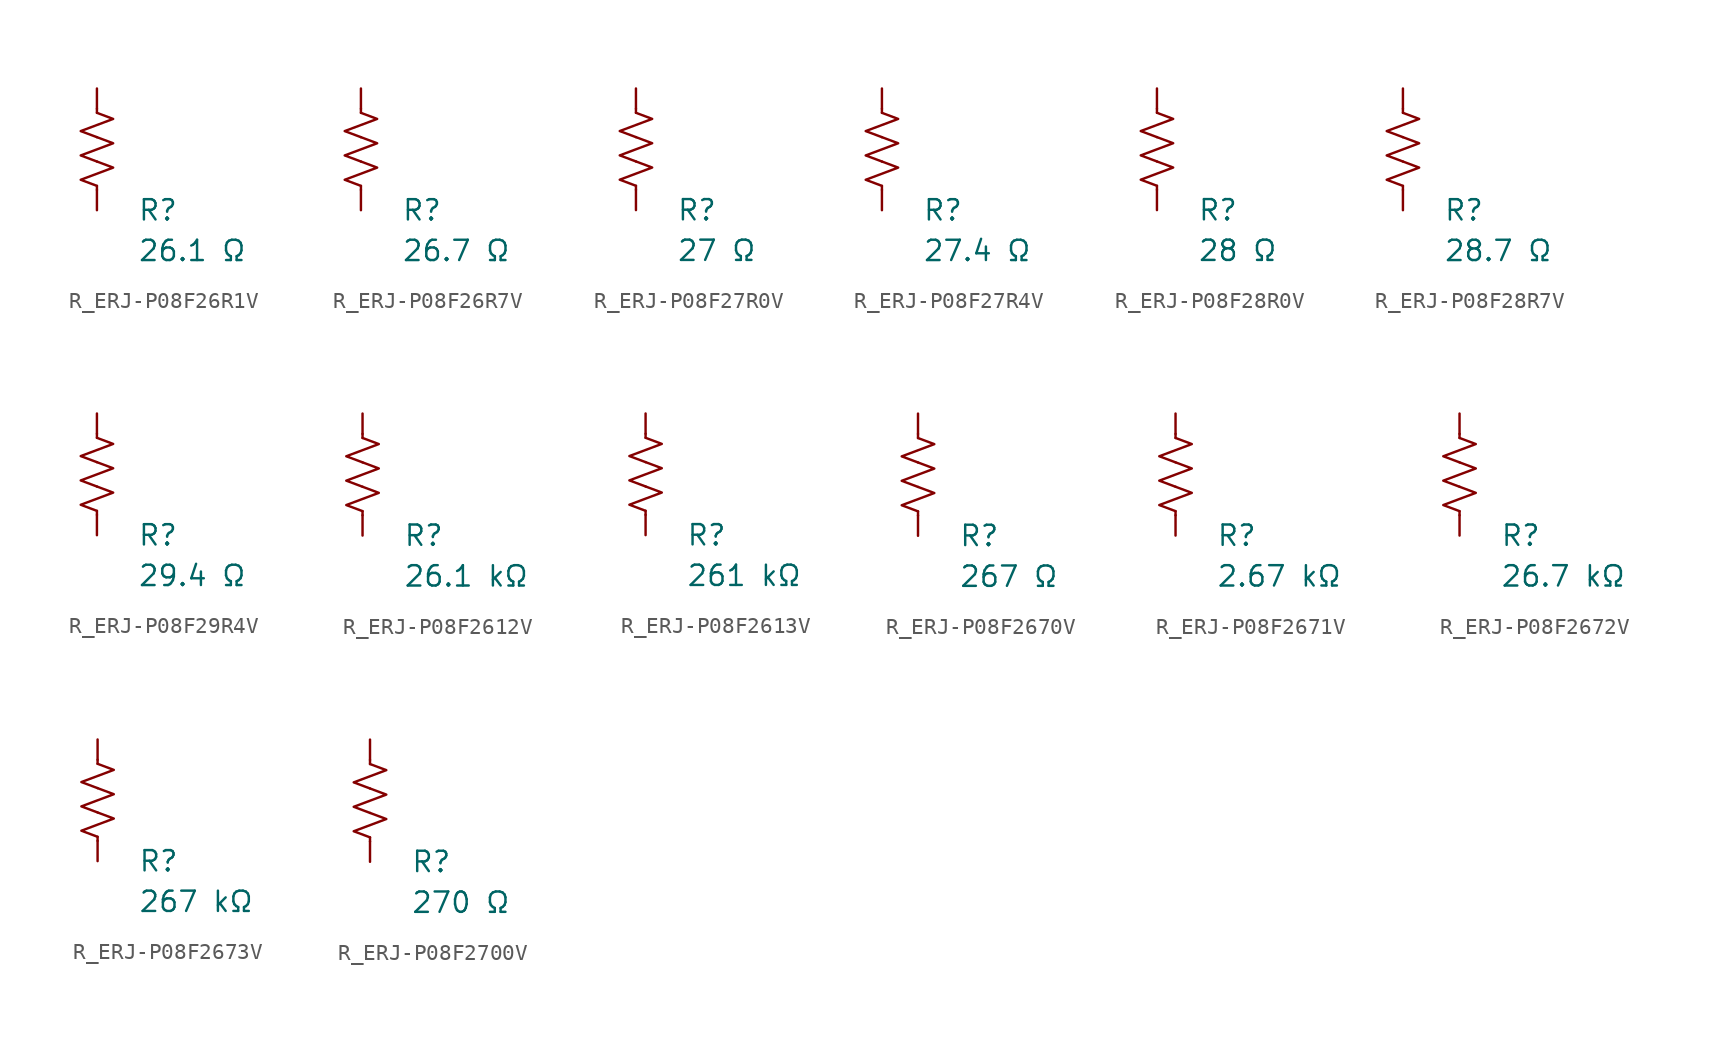
<source format=kicad_sym>
(kicad_symbol_lib
  (version 20231120)
  (generator "kicad_symbol_editor")
  (generator_version "8.0")
  (symbol "R_ERJ-P08F26R1V"
    (pin_numbers hide)
    (pin_names
      (offset 0))
    (property "Reference" "R"
      (at 2.54 -3.81 0)
      (effects (font (size 1.27 1.27)) (justify left))
      (show_name no))
    (property "Value" "26.1 Ω"
      (at 2.54 -6.35 0)
      (effects (font (size 1.27 1.27)) (justify left))
      (show_name no))
    (symbol "R_ERJ-P08F26R1V_0_1"
      (polyline (pts (xy 0 -2.286) (xy 0 -2.54)) (stroke (width 0) (type default)) (fill (type none)))
      (polyline (pts (xy 0 2.286) (xy 0 2.54)) (stroke (width 0) (type default)) (fill (type none)))
      (polyline (pts (xy 0 -0.762) (xy 1.016 -1.143) (xy 0 -1.524) (xy -1.016 -1.905) (xy 0 -2.286)) (stroke (width 0) (type default)) (fill (type none)))
      (polyline (pts (xy 0 0.762) (xy 1.016 0.381) (xy 0 0) (xy -1.016 -0.381) (xy 0 -0.762)) (stroke (width 0) (type default)) (fill (type none)))
      (polyline (pts (xy 0 2.286) (xy 1.016 1.905) (xy 0 1.524) (xy -1.016 1.143) (xy 0 0.762)) (stroke (width 0) (type default)) (fill (type none))))
    (symbol "R_ERJ-P08F26R1V_1_1"
      (pin passive line (at 0 3.81 270) (length 1.27) (name "~" (effects (font (size 1.27 1.27)))) (number "1" (effects (font (size 1.27 1.27)))))
      (pin passive line (at 0 -3.81 90) (length 1.27) (name "~" (effects (font (size 1.27 1.27)))) (number "2" (effects (font (size 1.27 1.27)))))))
  (symbol "R_ERJ-P08F26R7V"
    (pin_numbers hide)
    (pin_names
      (offset 0))
    (property "Reference" "R"
      (at 2.54 -3.81 0)
      (effects (font (size 1.27 1.27)) (justify left))
      (show_name no))
    (property "Value" "26.7 Ω"
      (at 2.54 -6.35 0)
      (effects (font (size 1.27 1.27)) (justify left))
      (show_name no))
    (symbol "R_ERJ-P08F26R7V_0_1"
      (polyline (pts (xy 0 -2.286) (xy 0 -2.54)) (stroke (width 0) (type default)) (fill (type none)))
      (polyline (pts (xy 0 2.286) (xy 0 2.54)) (stroke (width 0) (type default)) (fill (type none)))
      (polyline (pts (xy 0 -0.762) (xy 1.016 -1.143) (xy 0 -1.524) (xy -1.016 -1.905) (xy 0 -2.286)) (stroke (width 0) (type default)) (fill (type none)))
      (polyline (pts (xy 0 0.762) (xy 1.016 0.381) (xy 0 0) (xy -1.016 -0.381) (xy 0 -0.762)) (stroke (width 0) (type default)) (fill (type none)))
      (polyline (pts (xy 0 2.286) (xy 1.016 1.905) (xy 0 1.524) (xy -1.016 1.143) (xy 0 0.762)) (stroke (width 0) (type default)) (fill (type none))))
    (symbol "R_ERJ-P08F26R7V_1_1"
      (pin passive line (at 0 3.81 270) (length 1.27) (name "~" (effects (font (size 1.27 1.27)))) (number "1" (effects (font (size 1.27 1.27)))))
      (pin passive line (at 0 -3.81 90) (length 1.27) (name "~" (effects (font (size 1.27 1.27)))) (number "2" (effects (font (size 1.27 1.27)))))))
  (symbol "R_ERJ-P08F27R0V"
    (pin_numbers hide)
    (pin_names
      (offset 0))
    (property "Reference" "R"
      (at 2.54 -3.81 0)
      (effects (font (size 1.27 1.27)) (justify left))
      (show_name no))
    (property "Value" "27 Ω"
      (at 2.54 -6.35 0)
      (effects (font (size 1.27 1.27)) (justify left))
      (show_name no))
    (symbol "R_ERJ-P08F27R0V_0_1"
      (polyline (pts (xy 0 -2.286) (xy 0 -2.54)) (stroke (width 0) (type default)) (fill (type none)))
      (polyline (pts (xy 0 2.286) (xy 0 2.54)) (stroke (width 0) (type default)) (fill (type none)))
      (polyline (pts (xy 0 -0.762) (xy 1.016 -1.143) (xy 0 -1.524) (xy -1.016 -1.905) (xy 0 -2.286)) (stroke (width 0) (type default)) (fill (type none)))
      (polyline (pts (xy 0 0.762) (xy 1.016 0.381) (xy 0 0) (xy -1.016 -0.381) (xy 0 -0.762)) (stroke (width 0) (type default)) (fill (type none)))
      (polyline (pts (xy 0 2.286) (xy 1.016 1.905) (xy 0 1.524) (xy -1.016 1.143) (xy 0 0.762)) (stroke (width 0) (type default)) (fill (type none))))
    (symbol "R_ERJ-P08F27R0V_1_1"
      (pin passive line (at 0 3.81 270) (length 1.27) (name "~" (effects (font (size 1.27 1.27)))) (number "1" (effects (font (size 1.27 1.27)))))
      (pin passive line (at 0 -3.81 90) (length 1.27) (name "~" (effects (font (size 1.27 1.27)))) (number "2" (effects (font (size 1.27 1.27)))))))
  (symbol "R_ERJ-P08F27R4V"
    (pin_numbers hide)
    (pin_names
      (offset 0))
    (property "Reference" "R"
      (at 2.54 -3.81 0)
      (effects (font (size 1.27 1.27)) (justify left))
      (show_name no))
    (property "Value" "27.4 Ω"
      (at 2.54 -6.35 0)
      (effects (font (size 1.27 1.27)) (justify left))
      (show_name no))
    (symbol "R_ERJ-P08F27R4V_0_1"
      (polyline (pts (xy 0 -2.286) (xy 0 -2.54)) (stroke (width 0) (type default)) (fill (type none)))
      (polyline (pts (xy 0 2.286) (xy 0 2.54)) (stroke (width 0) (type default)) (fill (type none)))
      (polyline (pts (xy 0 -0.762) (xy 1.016 -1.143) (xy 0 -1.524) (xy -1.016 -1.905) (xy 0 -2.286)) (stroke (width 0) (type default)) (fill (type none)))
      (polyline (pts (xy 0 0.762) (xy 1.016 0.381) (xy 0 0) (xy -1.016 -0.381) (xy 0 -0.762)) (stroke (width 0) (type default)) (fill (type none)))
      (polyline (pts (xy 0 2.286) (xy 1.016 1.905) (xy 0 1.524) (xy -1.016 1.143) (xy 0 0.762)) (stroke (width 0) (type default)) (fill (type none))))
    (symbol "R_ERJ-P08F27R4V_1_1"
      (pin passive line (at 0 3.81 270) (length 1.27) (name "~" (effects (font (size 1.27 1.27)))) (number "1" (effects (font (size 1.27 1.27)))))
      (pin passive line (at 0 -3.81 90) (length 1.27) (name "~" (effects (font (size 1.27 1.27)))) (number "2" (effects (font (size 1.27 1.27)))))))
  (symbol "R_ERJ-P08F28R0V"
    (pin_numbers hide)
    (pin_names
      (offset 0))
    (property "Reference" "R"
      (at 2.54 -3.81 0)
      (effects (font (size 1.27 1.27)) (justify left))
      (show_name no))
    (property "Value" "28 Ω"
      (at 2.54 -6.35 0)
      (effects (font (size 1.27 1.27)) (justify left))
      (show_name no))
    (symbol "R_ERJ-P08F28R0V_0_1"
      (polyline (pts (xy 0 -2.286) (xy 0 -2.54)) (stroke (width 0) (type default)) (fill (type none)))
      (polyline (pts (xy 0 2.286) (xy 0 2.54)) (stroke (width 0) (type default)) (fill (type none)))
      (polyline (pts (xy 0 -0.762) (xy 1.016 -1.143) (xy 0 -1.524) (xy -1.016 -1.905) (xy 0 -2.286)) (stroke (width 0) (type default)) (fill (type none)))
      (polyline (pts (xy 0 0.762) (xy 1.016 0.381) (xy 0 0) (xy -1.016 -0.381) (xy 0 -0.762)) (stroke (width 0) (type default)) (fill (type none)))
      (polyline (pts (xy 0 2.286) (xy 1.016 1.905) (xy 0 1.524) (xy -1.016 1.143) (xy 0 0.762)) (stroke (width 0) (type default)) (fill (type none))))
    (symbol "R_ERJ-P08F28R0V_1_1"
      (pin passive line (at 0 3.81 270) (length 1.27) (name "~" (effects (font (size 1.27 1.27)))) (number "1" (effects (font (size 1.27 1.27)))))
      (pin passive line (at 0 -3.81 90) (length 1.27) (name "~" (effects (font (size 1.27 1.27)))) (number "2" (effects (font (size 1.27 1.27)))))))
  (symbol "R_ERJ-P08F28R7V"
    (pin_numbers hide)
    (pin_names
      (offset 0))
    (property "Reference" "R"
      (at 2.54 -3.81 0)
      (effects (font (size 1.27 1.27)) (justify left))
      (show_name no))
    (property "Value" "28.7 Ω"
      (at 2.54 -6.35 0)
      (effects (font (size 1.27 1.27)) (justify left))
      (show_name no))
    (symbol "R_ERJ-P08F28R7V_0_1"
      (polyline (pts (xy 0 -2.286) (xy 0 -2.54)) (stroke (width 0) (type default)) (fill (type none)))
      (polyline (pts (xy 0 2.286) (xy 0 2.54)) (stroke (width 0) (type default)) (fill (type none)))
      (polyline (pts (xy 0 -0.762) (xy 1.016 -1.143) (xy 0 -1.524) (xy -1.016 -1.905) (xy 0 -2.286)) (stroke (width 0) (type default)) (fill (type none)))
      (polyline (pts (xy 0 0.762) (xy 1.016 0.381) (xy 0 0) (xy -1.016 -0.381) (xy 0 -0.762)) (stroke (width 0) (type default)) (fill (type none)))
      (polyline (pts (xy 0 2.286) (xy 1.016 1.905) (xy 0 1.524) (xy -1.016 1.143) (xy 0 0.762)) (stroke (width 0) (type default)) (fill (type none))))
    (symbol "R_ERJ-P08F28R7V_1_1"
      (pin passive line (at 0 3.81 270) (length 1.27) (name "~" (effects (font (size 1.27 1.27)))) (number "1" (effects (font (size 1.27 1.27)))))
      (pin passive line (at 0 -3.81 90) (length 1.27) (name "~" (effects (font (size 1.27 1.27)))) (number "2" (effects (font (size 1.27 1.27)))))))
  (symbol "R_ERJ-P08F29R4V"
    (pin_numbers hide)
    (pin_names
      (offset 0))
    (property "Reference" "R"
      (at 2.54 -3.81 0)
      (effects (font (size 1.27 1.27)) (justify left))
      (show_name no))
    (property "Value" "29.4 Ω"
      (at 2.54 -6.35 0)
      (effects (font (size 1.27 1.27)) (justify left))
      (show_name no))
    (symbol "R_ERJ-P08F29R4V_0_1"
      (polyline (pts (xy 0 -2.286) (xy 0 -2.54)) (stroke (width 0) (type default)) (fill (type none)))
      (polyline (pts (xy 0 2.286) (xy 0 2.54)) (stroke (width 0) (type default)) (fill (type none)))
      (polyline (pts (xy 0 -0.762) (xy 1.016 -1.143) (xy 0 -1.524) (xy -1.016 -1.905) (xy 0 -2.286)) (stroke (width 0) (type default)) (fill (type none)))
      (polyline (pts (xy 0 0.762) (xy 1.016 0.381) (xy 0 0) (xy -1.016 -0.381) (xy 0 -0.762)) (stroke (width 0) (type default)) (fill (type none)))
      (polyline (pts (xy 0 2.286) (xy 1.016 1.905) (xy 0 1.524) (xy -1.016 1.143) (xy 0 0.762)) (stroke (width 0) (type default)) (fill (type none))))
    (symbol "R_ERJ-P08F29R4V_1_1"
      (pin passive line (at 0 3.81 270) (length 1.27) (name "~" (effects (font (size 1.27 1.27)))) (number "1" (effects (font (size 1.27 1.27)))))
      (pin passive line (at 0 -3.81 90) (length 1.27) (name "~" (effects (font (size 1.27 1.27)))) (number "2" (effects (font (size 1.27 1.27)))))))
  (symbol "R_ERJ-P08F2612V"
    (pin_numbers hide)
    (pin_names
      (offset 0))
    (property "Reference" "R"
      (at 2.54 -3.81 0)
      (effects (font (size 1.27 1.27)) (justify left))
      (show_name no))
    (property "Value" "26.1 kΩ"
      (at 2.54 -6.35 0)
      (effects (font (size 1.27 1.27)) (justify left))
      (show_name no))
    (symbol "R_ERJ-P08F2612V_0_1"
      (polyline (pts (xy 0 -2.286) (xy 0 -2.54)) (stroke (width 0) (type default)) (fill (type none)))
      (polyline (pts (xy 0 2.286) (xy 0 2.54)) (stroke (width 0) (type default)) (fill (type none)))
      (polyline (pts (xy 0 -0.762) (xy 1.016 -1.143) (xy 0 -1.524) (xy -1.016 -1.905) (xy 0 -2.286)) (stroke (width 0) (type default)) (fill (type none)))
      (polyline (pts (xy 0 0.762) (xy 1.016 0.381) (xy 0 0) (xy -1.016 -0.381) (xy 0 -0.762)) (stroke (width 0) (type default)) (fill (type none)))
      (polyline (pts (xy 0 2.286) (xy 1.016 1.905) (xy 0 1.524) (xy -1.016 1.143) (xy 0 0.762)) (stroke (width 0) (type default)) (fill (type none))))
    (symbol "R_ERJ-P08F2612V_1_1"
      (pin passive line (at 0 3.81 270) (length 1.27) (name "~" (effects (font (size 1.27 1.27)))) (number "1" (effects (font (size 1.27 1.27)))))
      (pin passive line (at 0 -3.81 90) (length 1.27) (name "~" (effects (font (size 1.27 1.27)))) (number "2" (effects (font (size 1.27 1.27)))))))
  (symbol "R_ERJ-P08F2613V"
    (pin_numbers hide)
    (pin_names
      (offset 0))
    (property "Reference" "R"
      (at 2.54 -3.81 0)
      (effects (font (size 1.27 1.27)) (justify left))
      (show_name no))
    (property "Value" "261 kΩ"
      (at 2.54 -6.35 0)
      (effects (font (size 1.27 1.27)) (justify left))
      (show_name no))
    (symbol "R_ERJ-P08F2613V_0_1"
      (polyline (pts (xy 0 -2.286) (xy 0 -2.54)) (stroke (width 0) (type default)) (fill (type none)))
      (polyline (pts (xy 0 2.286) (xy 0 2.54)) (stroke (width 0) (type default)) (fill (type none)))
      (polyline (pts (xy 0 -0.762) (xy 1.016 -1.143) (xy 0 -1.524) (xy -1.016 -1.905) (xy 0 -2.286)) (stroke (width 0) (type default)) (fill (type none)))
      (polyline (pts (xy 0 0.762) (xy 1.016 0.381) (xy 0 0) (xy -1.016 -0.381) (xy 0 -0.762)) (stroke (width 0) (type default)) (fill (type none)))
      (polyline (pts (xy 0 2.286) (xy 1.016 1.905) (xy 0 1.524) (xy -1.016 1.143) (xy 0 0.762)) (stroke (width 0) (type default)) (fill (type none))))
    (symbol "R_ERJ-P08F2613V_1_1"
      (pin passive line (at 0 3.81 270) (length 1.27) (name "~" (effects (font (size 1.27 1.27)))) (number "1" (effects (font (size 1.27 1.27)))))
      (pin passive line (at 0 -3.81 90) (length 1.27) (name "~" (effects (font (size 1.27 1.27)))) (number "2" (effects (font (size 1.27 1.27)))))))
  (symbol "R_ERJ-P08F2670V"
    (pin_numbers hide)
    (pin_names
      (offset 0))
    (property "Reference" "R"
      (at 2.54 -3.81 0)
      (effects (font (size 1.27 1.27)) (justify left))
      (show_name no))
    (property "Value" "267 Ω"
      (at 2.54 -6.35 0)
      (effects (font (size 1.27 1.27)) (justify left))
      (show_name no))
    (symbol "R_ERJ-P08F2670V_0_1"
      (polyline (pts (xy 0 -2.286) (xy 0 -2.54)) (stroke (width 0) (type default)) (fill (type none)))
      (polyline (pts (xy 0 2.286) (xy 0 2.54)) (stroke (width 0) (type default)) (fill (type none)))
      (polyline (pts (xy 0 -0.762) (xy 1.016 -1.143) (xy 0 -1.524) (xy -1.016 -1.905) (xy 0 -2.286)) (stroke (width 0) (type default)) (fill (type none)))
      (polyline (pts (xy 0 0.762) (xy 1.016 0.381) (xy 0 0) (xy -1.016 -0.381) (xy 0 -0.762)) (stroke (width 0) (type default)) (fill (type none)))
      (polyline (pts (xy 0 2.286) (xy 1.016 1.905) (xy 0 1.524) (xy -1.016 1.143) (xy 0 0.762)) (stroke (width 0) (type default)) (fill (type none))))
    (symbol "R_ERJ-P08F2670V_1_1"
      (pin passive line (at 0 3.81 270) (length 1.27) (name "~" (effects (font (size 1.27 1.27)))) (number "1" (effects (font (size 1.27 1.27)))))
      (pin passive line (at 0 -3.81 90) (length 1.27) (name "~" (effects (font (size 1.27 1.27)))) (number "2" (effects (font (size 1.27 1.27)))))))
  (symbol "R_ERJ-P08F2671V"
    (pin_numbers hide)
    (pin_names
      (offset 0))
    (property "Reference" "R"
      (at 2.54 -3.81 0)
      (effects (font (size 1.27 1.27)) (justify left))
      (show_name no))
    (property "Value" "2.67 kΩ"
      (at 2.54 -6.35 0)
      (effects (font (size 1.27 1.27)) (justify left))
      (show_name no))
    (symbol "R_ERJ-P08F2671V_0_1"
      (polyline (pts (xy 0 -2.286) (xy 0 -2.54)) (stroke (width 0) (type default)) (fill (type none)))
      (polyline (pts (xy 0 2.286) (xy 0 2.54)) (stroke (width 0) (type default)) (fill (type none)))
      (polyline (pts (xy 0 -0.762) (xy 1.016 -1.143) (xy 0 -1.524) (xy -1.016 -1.905) (xy 0 -2.286)) (stroke (width 0) (type default)) (fill (type none)))
      (polyline (pts (xy 0 0.762) (xy 1.016 0.381) (xy 0 0) (xy -1.016 -0.381) (xy 0 -0.762)) (stroke (width 0) (type default)) (fill (type none)))
      (polyline (pts (xy 0 2.286) (xy 1.016 1.905) (xy 0 1.524) (xy -1.016 1.143) (xy 0 0.762)) (stroke (width 0) (type default)) (fill (type none))))
    (symbol "R_ERJ-P08F2671V_1_1"
      (pin passive line (at 0 3.81 270) (length 1.27) (name "~" (effects (font (size 1.27 1.27)))) (number "1" (effects (font (size 1.27 1.27)))))
      (pin passive line (at 0 -3.81 90) (length 1.27) (name "~" (effects (font (size 1.27 1.27)))) (number "2" (effects (font (size 1.27 1.27)))))))
  (symbol "R_ERJ-P08F2672V"
    (pin_numbers hide)
    (pin_names
      (offset 0))
    (property "Reference" "R"
      (at 2.54 -3.81 0)
      (effects (font (size 1.27 1.27)) (justify left))
      (show_name no))
    (property "Value" "26.7 kΩ"
      (at 2.54 -6.35 0)
      (effects (font (size 1.27 1.27)) (justify left))
      (show_name no))
    (symbol "R_ERJ-P08F2672V_0_1"
      (polyline (pts (xy 0 -2.286) (xy 0 -2.54)) (stroke (width 0) (type default)) (fill (type none)))
      (polyline (pts (xy 0 2.286) (xy 0 2.54)) (stroke (width 0) (type default)) (fill (type none)))
      (polyline (pts (xy 0 -0.762) (xy 1.016 -1.143) (xy 0 -1.524) (xy -1.016 -1.905) (xy 0 -2.286)) (stroke (width 0) (type default)) (fill (type none)))
      (polyline (pts (xy 0 0.762) (xy 1.016 0.381) (xy 0 0) (xy -1.016 -0.381) (xy 0 -0.762)) (stroke (width 0) (type default)) (fill (type none)))
      (polyline (pts (xy 0 2.286) (xy 1.016 1.905) (xy 0 1.524) (xy -1.016 1.143) (xy 0 0.762)) (stroke (width 0) (type default)) (fill (type none))))
    (symbol "R_ERJ-P08F2672V_1_1"
      (pin passive line (at 0 3.81 270) (length 1.27) (name "~" (effects (font (size 1.27 1.27)))) (number "1" (effects (font (size 1.27 1.27)))))
      (pin passive line (at 0 -3.81 90) (length 1.27) (name "~" (effects (font (size 1.27 1.27)))) (number "2" (effects (font (size 1.27 1.27)))))))
  (symbol "R_ERJ-P08F2673V"
    (pin_numbers hide)
    (pin_names
      (offset 0))
    (property "Reference" "R"
      (at 2.54 -3.81 0)
      (effects (font (size 1.27 1.27)) (justify left))
      (show_name no))
    (property "Value" "267 kΩ"
      (at 2.54 -6.35 0)
      (effects (font (size 1.27 1.27)) (justify left))
      (show_name no))
    (symbol "R_ERJ-P08F2673V_0_1"
      (polyline (pts (xy 0 -2.286) (xy 0 -2.54)) (stroke (width 0) (type default)) (fill (type none)))
      (polyline (pts (xy 0 2.286) (xy 0 2.54)) (stroke (width 0) (type default)) (fill (type none)))
      (polyline (pts (xy 0 -0.762) (xy 1.016 -1.143) (xy 0 -1.524) (xy -1.016 -1.905) (xy 0 -2.286)) (stroke (width 0) (type default)) (fill (type none)))
      (polyline (pts (xy 0 0.762) (xy 1.016 0.381) (xy 0 0) (xy -1.016 -0.381) (xy 0 -0.762)) (stroke (width 0) (type default)) (fill (type none)))
      (polyline (pts (xy 0 2.286) (xy 1.016 1.905) (xy 0 1.524) (xy -1.016 1.143) (xy 0 0.762)) (stroke (width 0) (type default)) (fill (type none))))
    (symbol "R_ERJ-P08F2673V_1_1"
      (pin passive line (at 0 3.81 270) (length 1.27) (name "~" (effects (font (size 1.27 1.27)))) (number "1" (effects (font (size 1.27 1.27)))))
      (pin passive line (at 0 -3.81 90) (length 1.27) (name "~" (effects (font (size 1.27 1.27)))) (number "2" (effects (font (size 1.27 1.27)))))))
  (symbol "R_ERJ-P08F2700V"
    (pin_numbers hide)
    (pin_names
      (offset 0))
    (property "Reference" "R"
      (at 2.54 -3.81 0)
      (effects (font (size 1.27 1.27)) (justify left))
      (show_name no))
    (property "Value" "270 Ω"
      (at 2.54 -6.35 0)
      (effects (font (size 1.27 1.27)) (justify left))
      (show_name no))
    (symbol "R_ERJ-P08F2700V_0_1"
      (polyline (pts (xy 0 -2.286) (xy 0 -2.54)) (stroke (width 0) (type default)) (fill (type none)))
      (polyline (pts (xy 0 2.286) (xy 0 2.54)) (stroke (width 0) (type default)) (fill (type none)))
      (polyline (pts (xy 0 -0.762) (xy 1.016 -1.143) (xy 0 -1.524) (xy -1.016 -1.905) (xy 0 -2.286)) (stroke (width 0) (type default)) (fill (type none)))
      (polyline (pts (xy 0 0.762) (xy 1.016 0.381) (xy 0 0) (xy -1.016 -0.381) (xy 0 -0.762)) (stroke (width 0) (type default)) (fill (type none)))
      (polyline (pts (xy 0 2.286) (xy 1.016 1.905) (xy 0 1.524) (xy -1.016 1.143) (xy 0 0.762)) (stroke (width 0) (type default)) (fill (type none))))
    (symbol "R_ERJ-P08F2700V_1_1"
      (pin passive line (at 0 3.81 270) (length 1.27) (name "~" (effects (font (size 1.27 1.27)))) (number "1" (effects (font (size 1.27 1.27)))))
      (pin passive line (at 0 -3.81 90) (length 1.27) (name "~" (effects (font (size 1.27 1.27)))) (number "2" (effects (font (size 1.27 1.27))))))))
</source>
